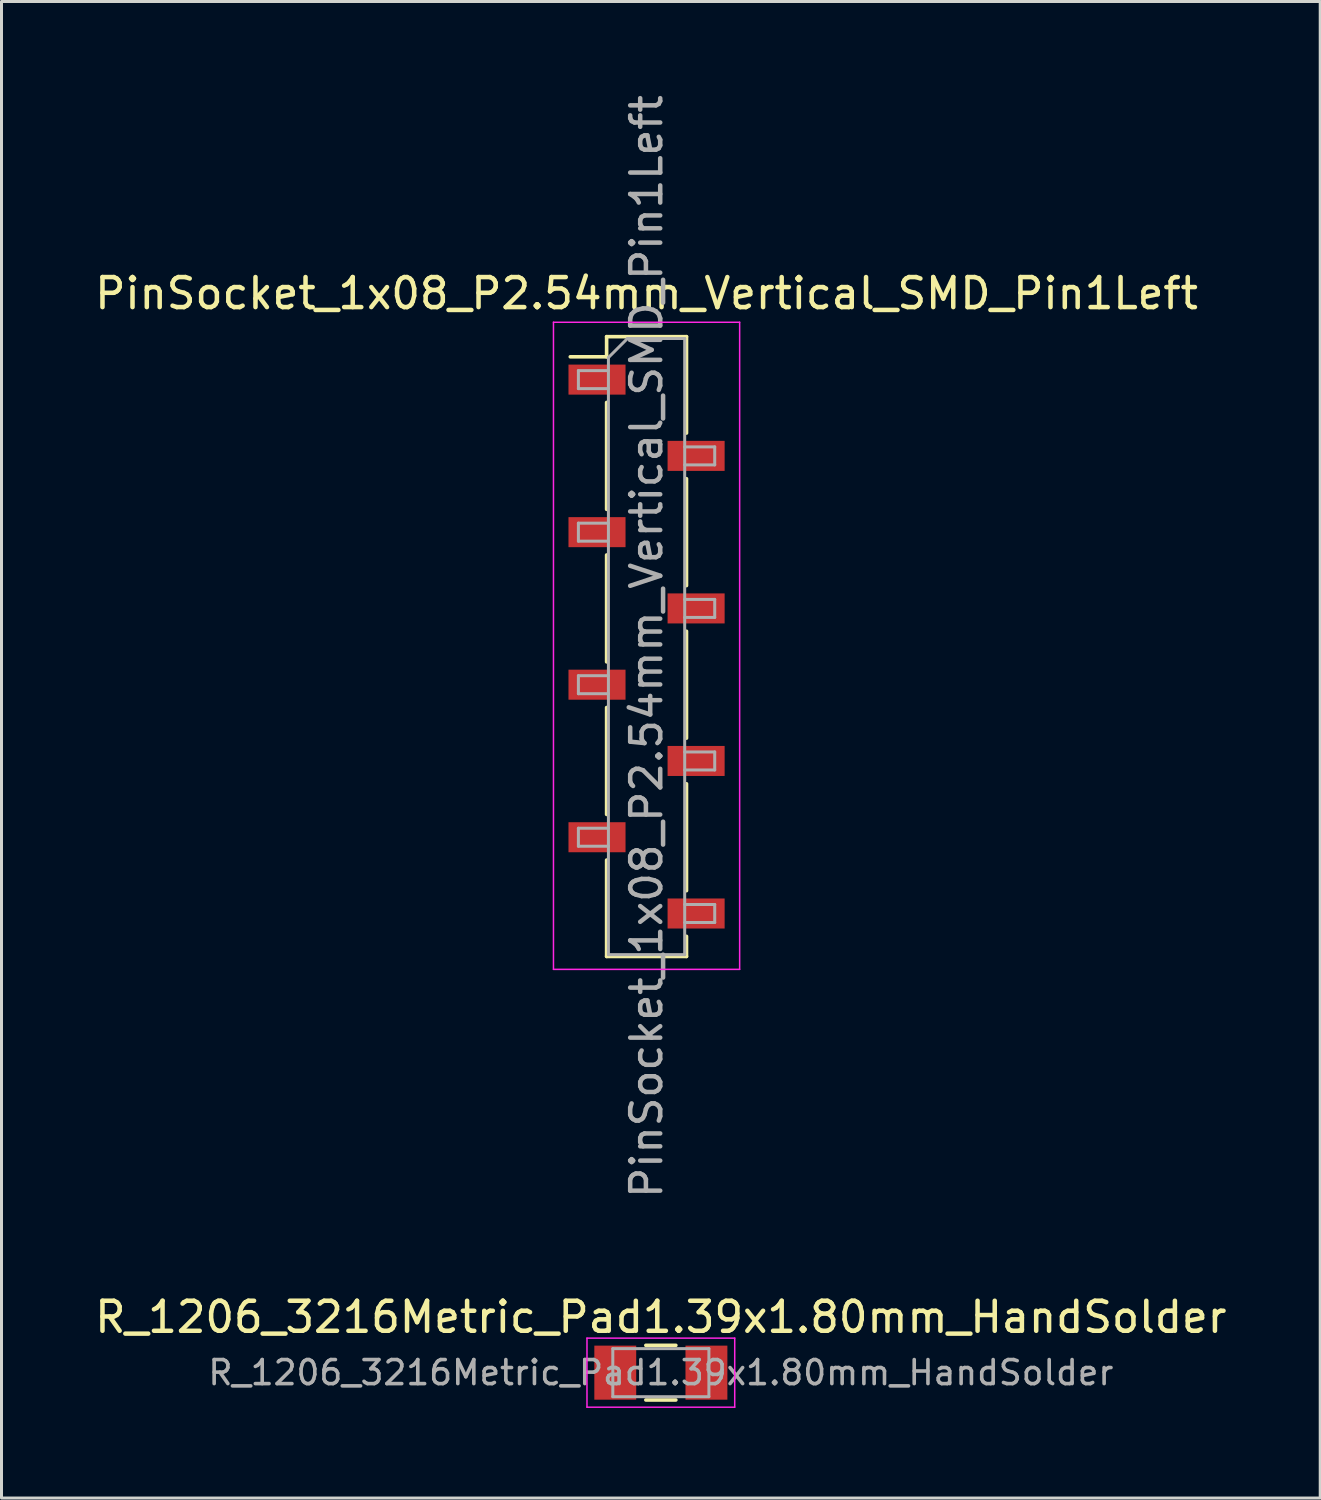
<source format=kicad_pcb>
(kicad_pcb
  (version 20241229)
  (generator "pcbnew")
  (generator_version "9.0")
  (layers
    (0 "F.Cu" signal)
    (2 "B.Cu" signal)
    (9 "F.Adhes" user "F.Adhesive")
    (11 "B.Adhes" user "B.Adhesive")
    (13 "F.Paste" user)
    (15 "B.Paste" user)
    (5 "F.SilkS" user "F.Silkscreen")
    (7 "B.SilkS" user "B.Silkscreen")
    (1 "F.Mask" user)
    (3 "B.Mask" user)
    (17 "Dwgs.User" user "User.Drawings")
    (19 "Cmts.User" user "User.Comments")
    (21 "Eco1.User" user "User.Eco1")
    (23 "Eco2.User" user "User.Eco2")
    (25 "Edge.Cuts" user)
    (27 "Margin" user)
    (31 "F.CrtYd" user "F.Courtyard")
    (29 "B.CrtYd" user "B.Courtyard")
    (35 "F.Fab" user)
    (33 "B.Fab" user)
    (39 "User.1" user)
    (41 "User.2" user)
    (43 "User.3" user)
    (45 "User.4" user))
  (footprint "R_1206_3216Metric_Pad1.39x1.80mm_HandSolder"
    (layer "F.Cu")
    (at 18.958 42.663)
    (property "Reference" "R_1206_3216Metric_Pad1.39x1.80mm_HandSolder" (at 0 -1.85 0) (layer "F.SilkS") (effects (font (size 1 1) (thickness 0.15))))
    (attr smd)
    (fp_line (start -0.5 -0.91) (end 0.5 -0.91) (stroke (width 0.12) (type solid)) (layer "F.SilkS"))
    (fp_line (start -0.5 0.91) (end 0.5 0.91) (stroke (width 0.12) (type solid)) (layer "F.SilkS"))
    (fp_line (start -2.46 -1.15) (end 2.46 -1.15) (stroke (width 0.05) (type solid)) (layer "F.CrtYd"))
    (fp_line (start -2.46 1.15) (end -2.46 -1.15) (stroke (width 0.05) (type solid)) (layer "F.CrtYd"))
    (fp_line (start 2.46 -1.15) (end 2.46 1.15) (stroke (width 0.05) (type solid)) (layer "F.CrtYd"))
    (fp_line (start 2.46 1.15) (end -2.46 1.15) (stroke (width 0.05) (type solid)) (layer "F.CrtYd"))
    (fp_line (start -1.6 -0.8) (end 1.6 -0.8) (stroke (width 0.1) (type solid)) (layer "F.Fab"))
    (fp_line (start -1.6 0.8) (end -1.6 -0.8) (stroke (width 0.1) (type solid)) (layer "F.Fab"))
    (fp_line (start 1.6 -0.8) (end 1.6 0.8) (stroke (width 0.1) (type solid)) (layer "F.Fab"))
    (fp_line (start 1.6 0.8) (end -1.6 0.8) (stroke (width 0.1) (type solid)) (layer "F.Fab"))
    (fp_text user "${REFERENCE}" (at 0 0 0) (layer "F.Fab") (effects (font (size 0.8 0.8) (thickness 0.12))))
    (pad "1" smd rect (at -1.518 0) (size 1.395 1.8) (layers "F.Cu" "F.Mask" "F.Paste"))
    (pad "2" smd rect (at 1.518 0) (size 1.395 1.8) (layers "F.Cu" "F.Mask" "F.Paste")))
  (footprint "PinSocket_1x08_P2.54mm_Vertical_SMD_Pin1Left"
    (layer "F.Cu")
    (at 18.482 18.482)
    (property "Reference" "PinSocket_1x08_P2.54mm_Vertical_SMD_Pin1Left" (at 0 -11.76 0) (layer "F.SilkS") (effects (font (size 1 1) (thickness 0.15))))
    (attr smd)
    (fp_line (start -2.54 -9.65) (end -1.33 -9.65) (stroke (width 0.12) (type solid)) (layer "F.SilkS"))
    (fp_line (start -1.33 -10.32) (end -1.33 -9.65) (stroke (width 0.12) (type solid)) (layer "F.SilkS"))
    (fp_line (start -1.33 -10.32) (end 1.33 -10.32) (stroke (width 0.12) (type solid)) (layer "F.SilkS"))
    (fp_line (start -1.33 -8.13) (end -1.33 -4.57) (stroke (width 0.12) (type solid)) (layer "F.SilkS"))
    (fp_line (start -1.33 -3.05) (end -1.33 0.51) (stroke (width 0.12) (type solid)) (layer "F.SilkS"))
    (fp_line (start -1.33 2.03) (end -1.33 5.59) (stroke (width 0.12) (type solid)) (layer "F.SilkS"))
    (fp_line (start -1.33 7.11) (end -1.33 10.32) (stroke (width 0.12) (type solid)) (layer "F.SilkS"))
    (fp_line (start -1.33 10.32) (end 1.33 10.32) (stroke (width 0.12) (type solid)) (layer "F.SilkS"))
    (fp_line (start 1.33 -10.32) (end 1.33 -7.11) (stroke (width 0.12) (type solid)) (layer "F.SilkS"))
    (fp_line (start 1.33 -5.59) (end 1.33 -2.03) (stroke (width 0.12) (type solid)) (layer "F.SilkS"))
    (fp_line (start 1.33 -0.51) (end 1.33 3.05) (stroke (width 0.12) (type solid)) (layer "F.SilkS"))
    (fp_line (start 1.33 4.57) (end 1.33 8.13) (stroke (width 0.12) (type solid)) (layer "F.SilkS"))
    (fp_line (start 1.33 9.65) (end 1.33 10.32) (stroke (width 0.12) (type solid)) (layer "F.SilkS"))
    (fp_line (start -3.1 -10.8) (end 3.1 -10.8) (stroke (width 0.05) (type solid)) (layer "F.CrtYd"))
    (fp_line (start -3.1 10.75) (end -3.1 -10.8) (stroke (width 0.05) (type solid)) (layer "F.CrtYd"))
    (fp_line (start 3.1 -10.8) (end 3.1 10.75) (stroke (width 0.05) (type solid)) (layer "F.CrtYd"))
    (fp_line (start 3.1 10.75) (end -3.1 10.75) (stroke (width 0.05) (type solid)) (layer "F.CrtYd"))
    (fp_line (start -2.27 -9.19) (end -1.27 -9.19) (stroke (width 0.1) (type solid)) (layer "F.Fab"))
    (fp_line (start -2.27 -8.59) (end -2.27 -9.19) (stroke (width 0.1) (type solid)) (layer "F.Fab"))
    (fp_line (start -2.27 -4.11) (end -1.27 -4.11) (stroke (width 0.1) (type solid)) (layer "F.Fab"))
    (fp_line (start -2.27 -3.51) (end -2.27 -4.11) (stroke (width 0.1) (type solid)) (layer "F.Fab"))
    (fp_line (start -2.27 0.97) (end -1.27 0.97) (stroke (width 0.1) (type solid)) (layer "F.Fab"))
    (fp_line (start -2.27 1.57) (end -2.27 0.97) (stroke (width 0.1) (type solid)) (layer "F.Fab"))
    (fp_line (start -2.27 6.05) (end -1.27 6.05) (stroke (width 0.1) (type solid)) (layer "F.Fab"))
    (fp_line (start -2.27 6.65) (end -2.27 6.05) (stroke (width 0.1) (type solid)) (layer "F.Fab"))
    (fp_line (start -1.27 -9.625) (end -0.635 -10.26) (stroke (width 0.1) (type solid)) (layer "F.Fab"))
    (fp_line (start -1.27 -8.59) (end -2.27 -8.59) (stroke (width 0.1) (type solid)) (layer "F.Fab"))
    (fp_line (start -1.27 -3.51) (end -2.27 -3.51) (stroke (width 0.1) (type solid)) (layer "F.Fab"))
    (fp_line (start -1.27 1.57) (end -2.27 1.57) (stroke (width 0.1) (type solid)) (layer "F.Fab"))
    (fp_line (start -1.27 6.65) (end -2.27 6.65) (stroke (width 0.1) (type solid)) (layer "F.Fab"))
    (fp_line (start -1.27 10.26) (end -1.27 -9.625) (stroke (width 0.1) (type solid)) (layer "F.Fab"))
    (fp_line (start -0.635 -10.26) (end 1.27 -10.26) (stroke (width 0.1) (type solid)) (layer "F.Fab"))
    (fp_line (start 1.27 -10.26) (end 1.27 10.26) (stroke (width 0.1) (type solid)) (layer "F.Fab"))
    (fp_line (start 1.27 -6.65) (end 2.27 -6.65) (stroke (width 0.1) (type solid)) (layer "F.Fab"))
    (fp_line (start 1.27 -1.57) (end 2.27 -1.57) (stroke (width 0.1) (type solid)) (layer "F.Fab"))
    (fp_line (start 1.27 3.51) (end 2.27 3.51) (stroke (width 0.1) (type solid)) (layer "F.Fab"))
    (fp_line (start 1.27 8.59) (end 2.27 8.59) (stroke (width 0.1) (type solid)) (layer "F.Fab"))
    (fp_line (start 1.27 10.26) (end -1.27 10.26) (stroke (width 0.1) (type solid)) (layer "F.Fab"))
    (fp_line (start 2.27 -6.65) (end 2.27 -6.05) (stroke (width 0.1) (type solid)) (layer "F.Fab"))
    (fp_line (start 2.27 -6.05) (end 1.27 -6.05) (stroke (width 0.1) (type solid)) (layer "F.Fab"))
    (fp_line (start 2.27 -1.57) (end 2.27 -0.97) (stroke (width 0.1) (type solid)) (layer "F.Fab"))
    (fp_line (start 2.27 -0.97) (end 1.27 -0.97) (stroke (width 0.1) (type solid)) (layer "F.Fab"))
    (fp_line (start 2.27 3.51) (end 2.27 4.11) (stroke (width 0.1) (type solid)) (layer "F.Fab"))
    (fp_line (start 2.27 4.11) (end 1.27 4.11) (stroke (width 0.1) (type solid)) (layer "F.Fab"))
    (fp_line (start 2.27 8.59) (end 2.27 9.19) (stroke (width 0.1) (type solid)) (layer "F.Fab"))
    (fp_line (start 2.27 9.19) (end 1.27 9.19) (stroke (width 0.1) (type solid)) (layer "F.Fab"))
    (fp_text user "${REFERENCE}" (at 0 0 90) (layer "F.Fab") (effects (font (size 1 1) (thickness 0.15))))
    (pad "1" smd rect (at -1.65 -8.89) (size 1.9 1) (layers "F.Cu" "F.Mask" "F.Paste"))
    (pad "2" smd rect (at 1.65 -6.35) (size 1.9 1) (layers "F.Cu" "F.Mask" "F.Paste"))
    (pad "3" smd rect (at -1.65 -3.81) (size 1.9 1) (layers "F.Cu" "F.Mask" "F.Paste"))
    (pad "4" smd rect (at 1.65 -1.27) (size 1.9 1) (layers "F.Cu" "F.Mask" "F.Paste"))
    (pad "5" smd rect (at -1.65 1.27) (size 1.9 1) (layers "F.Cu" "F.Mask" "F.Paste"))
    (pad "6" smd rect (at 1.65 3.81) (size 1.9 1) (layers "F.Cu" "F.Mask" "F.Paste"))
    (pad "7" smd rect (at -1.65 6.35) (size 1.9 1) (layers "F.Cu" "F.Mask" "F.Paste"))
    (pad "8" smd rect (at 1.65 8.89) (size 1.9 1) (layers "F.Cu" "F.Mask" "F.Paste")))
  (gr_rect
    (start -3 -3)
    (end 40.917 46.838)
    (stroke (width 0.1) (type default))
    (fill no)
    (layer "Edge.Cuts")))
</source>
